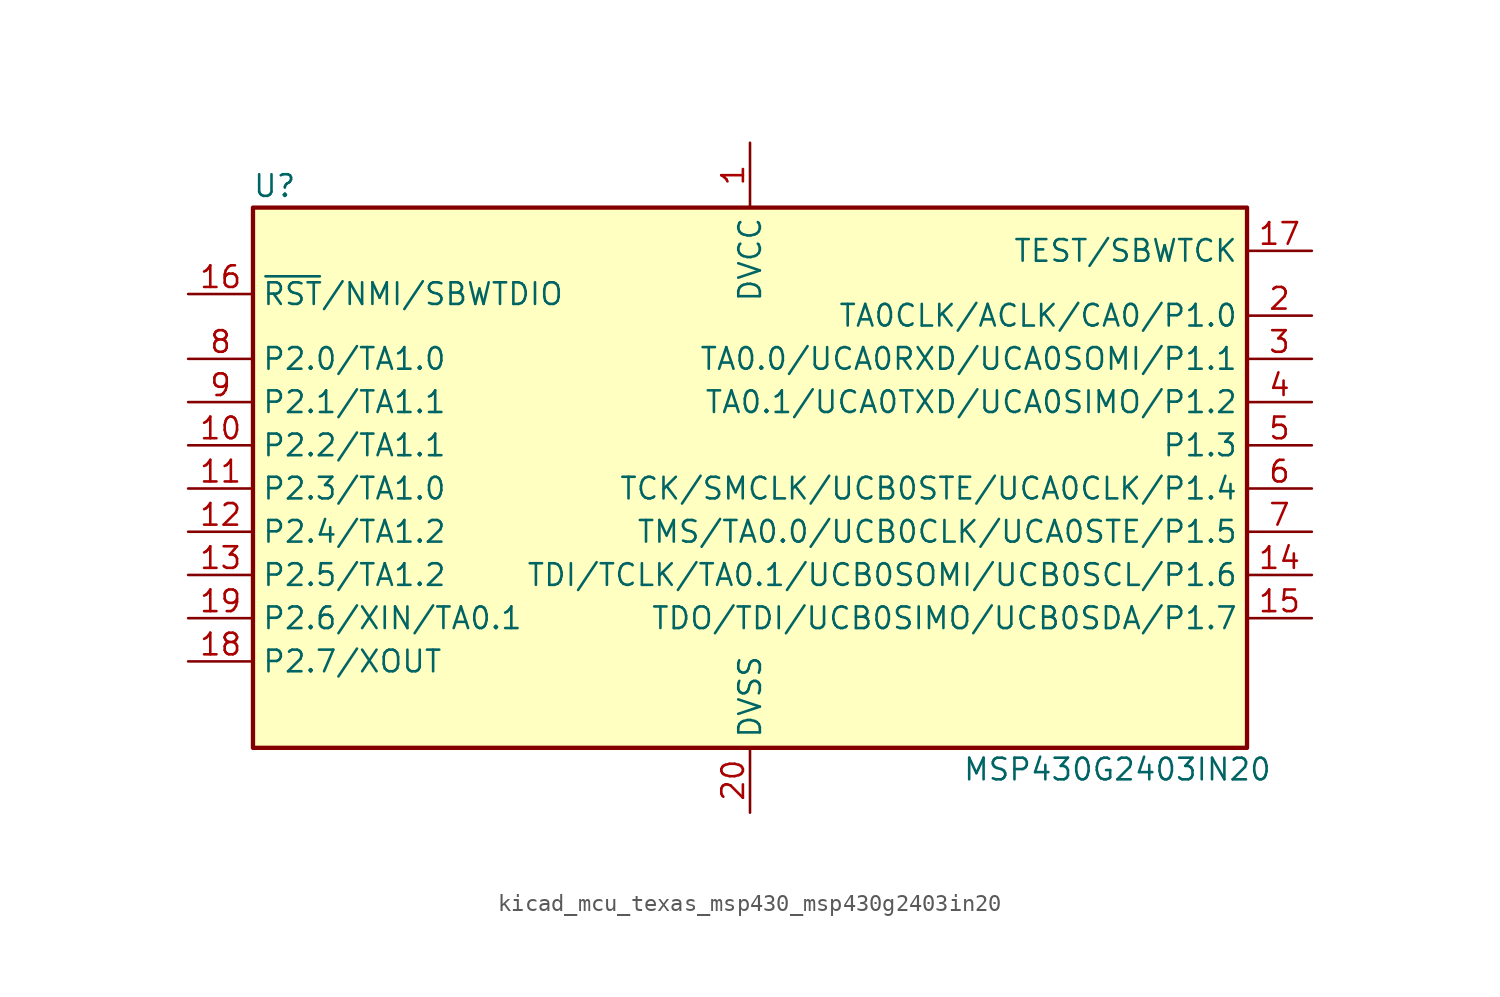
<source format=kicad_sym>
(kicad_symbol_lib
  (version 20220914)
  (generator kicad_symbol_editor)
  (symbol "kicad_mcu_texas_msp430_msp430g2403in20"
    (property "Reference" "U"
      (at -27.94 17.78 0)
      (effects (font (size 1.27 1.27))))
    (property "Value" "MSP430G2403IN20"
      (at 21.59 -16.51 0)
      (effects (font (size 1.27 1.27))))
    (symbol "kicad_mcu_texas_msp430_msp430g2403in20_0_1"
      (rectangle (start -29.21 16.51) (end 29.21 -15.24) (stroke (width 0.254) (type default)) (fill (type background))))
    (symbol "kicad_mcu_texas_msp430_msp430g2403in20_1_1"
      (pin power_in line (at 0 20.32 270) (length 3.81) (name "DVCC" (effects (font (size 1.27 1.27)))) (number "1" (effects (font (size 1.27 1.27)))))
      (pin bidirectional line (at -33.02 2.54 0) (length 3.81) (name "P2.2/TA1.1" (effects (font (size 1.27 1.27)))) (number "10" (effects (font (size 1.27 1.27)))))
      (pin bidirectional line (at -33.02 0 0) (length 3.81) (name "P2.3/TA1.0" (effects (font (size 1.27 1.27)))) (number "11" (effects (font (size 1.27 1.27)))))
      (pin bidirectional line (at -33.02 -2.54 0) (length 3.81) (name "P2.4/TA1.2" (effects (font (size 1.27 1.27)))) (number "12" (effects (font (size 1.27 1.27)))))
      (pin bidirectional line (at -33.02 -5.08 0) (length 3.81) (name "P2.5/TA1.2" (effects (font (size 1.27 1.27)))) (number "13" (effects (font (size 1.27 1.27)))))
      (pin bidirectional line (at 33.02 -5.08 180) (length 3.81) (name "TDI/TCLK/TA0.1/UCB0SOMI/UCB0SCL/P1.6" (effects (font (size 1.27 1.27)))) (number "14" (effects (font (size 1.27 1.27)))))
      (pin bidirectional line (at 33.02 -7.62 180) (length 3.81) (name "TDO/TDI/UCB0SIMO/UCB0SDA/P1.7" (effects (font (size 1.27 1.27)))) (number "15" (effects (font (size 1.27 1.27)))))
      (pin input line (at -33.02 11.43 0) (length 3.81) (name "~{RST}/NMI/SBWTDIO" (effects (font (size 1.27 1.27)))) (number "16" (effects (font (size 1.27 1.27)))))
      (pin input line (at 33.02 13.97 180) (length 3.81) (name "TEST/SBWTCK" (effects (font (size 1.27 1.27)))) (number "17" (effects (font (size 1.27 1.27)))))
      (pin bidirectional line (at -33.02 -10.16 0) (length 3.81) (name "P2.7/XOUT" (effects (font (size 1.27 1.27)))) (number "18" (effects (font (size 1.27 1.27)))))
      (pin bidirectional line (at -33.02 -7.62 0) (length 3.81) (name "P2.6/XIN/TA0.1" (effects (font (size 1.27 1.27)))) (number "19" (effects (font (size 1.27 1.27)))))
      (pin bidirectional line (at 33.02 10.16 180) (length 3.81) (name "TA0CLK/ACLK/CA0/P1.0" (effects (font (size 1.27 1.27)))) (number "2" (effects (font (size 1.27 1.27)))))
      (pin power_in line (at 0 -19.05 90) (length 3.81) (name "DVSS" (effects (font (size 1.27 1.27)))) (number "20" (effects (font (size 1.27 1.27)))))
      (pin bidirectional line (at 33.02 7.62 180) (length 3.81) (name "TA0.0/UCA0RXD/UCA0SOMI/P1.1" (effects (font (size 1.27 1.27)))) (number "3" (effects (font (size 1.27 1.27)))))
      (pin bidirectional line (at 33.02 5.08 180) (length 3.81) (name "TA0.1/UCA0TXD/UCA0SIMO/P1.2" (effects (font (size 1.27 1.27)))) (number "4" (effects (font (size 1.27 1.27)))))
      (pin bidirectional line (at 33.02 2.54 180) (length 3.81) (name "P1.3" (effects (font (size 1.27 1.27)))) (number "5" (effects (font (size 1.27 1.27)))))
      (pin bidirectional line (at 33.02 0 180) (length 3.81) (name "TCK/SMCLK/UCB0STE/UCA0CLK/P1.4" (effects (font (size 1.27 1.27)))) (number "6" (effects (font (size 1.27 1.27)))))
      (pin bidirectional line (at 33.02 -2.54 180) (length 3.81) (name "TMS/TA0.0/UCB0CLK/UCA0STE/P1.5" (effects (font (size 1.27 1.27)))) (number "7" (effects (font (size 1.27 1.27)))))
      (pin bidirectional line (at -33.02 7.62 0) (length 3.81) (name "P2.0/TA1.0" (effects (font (size 1.27 1.27)))) (number "8" (effects (font (size 1.27 1.27)))))
      (pin bidirectional line (at -33.02 5.08 0) (length 3.81) (name "P2.1/TA1.1" (effects (font (size 1.27 1.27)))) (number "9" (effects (font (size 1.27 1.27))))))))
</source>
